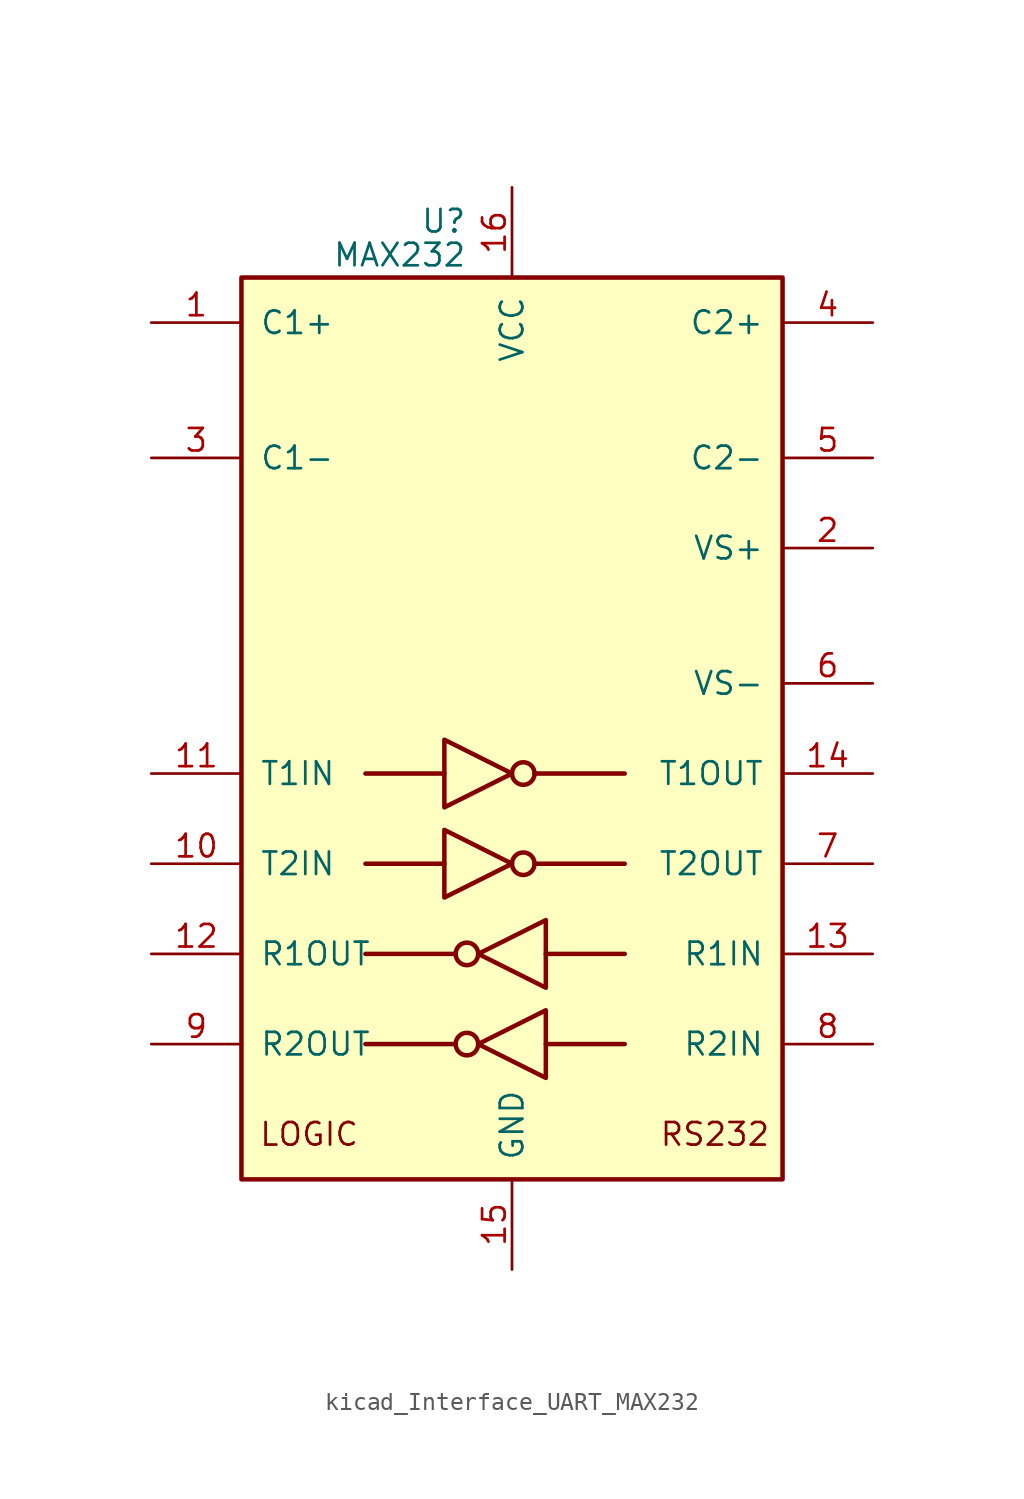
<source format=kicad_sym>
(kicad_symbol_lib
  (version 20220914)
  (generator kicad_symbol_editor)
  (symbol "kicad_Interface_UART_MAX232"
    (pin_names
      (offset 1.016))
    (property "Reference" "U"
      (at -2.54 28.575 0)
      (effects (font (size 1.27 1.27)) (justify right)))
    (property "Value" "MAX232"
      (at -2.54 26.67 0)
      (effects (font (size 1.27 1.27)) (justify right)))
    (symbol "kicad_Interface_UART_MAX232_0_0"
      (text "LOGIC" (at -11.43 -22.86 0) (effects (font (size 1.27 1.27))))
      (text "RS232" (at 11.43 -22.86 0) (effects (font (size 1.27 1.27)))))
    (symbol "kicad_Interface_UART_MAX232_0_1"
      (rectangle (start -15.24 -25.4) (end 15.24 25.4) (stroke (width 0.254) (type default)) (fill (type background)))
      (circle (center -2.54 -17.78) (radius 0.635) (stroke (width 0.254) (type default)) (fill (type none)))
      (circle (center -2.54 -12.7) (radius 0.635) (stroke (width 0.254) (type default)) (fill (type none)))
      (polyline (pts (xy -3.81 -7.62) (xy -8.255 -7.62)) (stroke (width 0.254) (type default)) (fill (type none)))
      (polyline (pts (xy -3.81 -2.54) (xy -8.255 -2.54)) (stroke (width 0.254) (type default)) (fill (type none)))
      (polyline (pts (xy -3.175 -17.78) (xy -8.255 -17.78)) (stroke (width 0.254) (type default)) (fill (type none)))
      (polyline (pts (xy -3.175 -12.7) (xy -8.255 -12.7)) (stroke (width 0.254) (type default)) (fill (type none)))
      (polyline (pts (xy 1.27 -7.62) (xy 6.35 -7.62)) (stroke (width 0.254) (type default)) (fill (type none)))
      (polyline (pts (xy 1.27 -2.54) (xy 6.35 -2.54)) (stroke (width 0.254) (type default)) (fill (type none)))
      (polyline (pts (xy 1.905 -17.78) (xy 6.35 -17.78)) (stroke (width 0.254) (type default)) (fill (type none)))
      (polyline (pts (xy 1.905 -12.7) (xy 6.35 -12.7)) (stroke (width 0.254) (type default)) (fill (type none)))
      (polyline (pts (xy -3.81 -5.715) (xy -3.81 -9.525) (xy 0 -7.62) (xy -3.81 -5.715)) (stroke (width 0.254) (type default)) (fill (type none)))
      (polyline (pts (xy -3.81 -0.635) (xy -3.81 -4.445) (xy 0 -2.54) (xy -3.81 -0.635)) (stroke (width 0.254) (type default)) (fill (type none)))
      (polyline (pts (xy 1.905 -15.875) (xy 1.905 -19.685) (xy -1.905 -17.78) (xy 1.905 -15.875)) (stroke (width 0.254) (type default)) (fill (type none)))
      (polyline (pts (xy 1.905 -10.795) (xy 1.905 -14.605) (xy -1.905 -12.7) (xy 1.905 -10.795)) (stroke (width 0.254) (type default)) (fill (type none)))
      (circle (center 0.635 -7.62) (radius 0.635) (stroke (width 0.254) (type default)) (fill (type none)))
      (circle (center 0.635 -2.54) (radius 0.635) (stroke (width 0.254) (type default)) (fill (type none))))
    (symbol "kicad_Interface_UART_MAX232_1_1"
      (pin passive line (at -20.32 22.86 0) (length 5.08) (name "C1+" (effects (font (size 1.27 1.27)))) (number "1" (effects (font (size 1.27 1.27)))))
      (pin input line (at -20.32 -7.62 0) (length 5.08) (name "T2IN" (effects (font (size 1.27 1.27)))) (number "10" (effects (font (size 1.27 1.27)))))
      (pin input line (at -20.32 -2.54 0) (length 5.08) (name "T1IN" (effects (font (size 1.27 1.27)))) (number "11" (effects (font (size 1.27 1.27)))))
      (pin output line (at -20.32 -12.7 0) (length 5.08) (name "R1OUT" (effects (font (size 1.27 1.27)))) (number "12" (effects (font (size 1.27 1.27)))))
      (pin input line (at 20.32 -12.7 180) (length 5.08) (name "R1IN" (effects (font (size 1.27 1.27)))) (number "13" (effects (font (size 1.27 1.27)))))
      (pin output line (at 20.32 -2.54 180) (length 5.08) (name "T1OUT" (effects (font (size 1.27 1.27)))) (number "14" (effects (font (size 1.27 1.27)))))
      (pin power_in line (at 0 -30.48 90) (length 5.08) (name "GND" (effects (font (size 1.27 1.27)))) (number "15" (effects (font (size 1.27 1.27)))))
      (pin power_in line (at 0 30.48 270) (length 5.08) (name "VCC" (effects (font (size 1.27 1.27)))) (number "16" (effects (font (size 1.27 1.27)))))
      (pin power_out line (at 20.32 10.16 180) (length 5.08) (name "VS+" (effects (font (size 1.27 1.27)))) (number "2" (effects (font (size 1.27 1.27)))))
      (pin passive line (at -20.32 15.24 0) (length 5.08) (name "C1-" (effects (font (size 1.27 1.27)))) (number "3" (effects (font (size 1.27 1.27)))))
      (pin passive line (at 20.32 22.86 180) (length 5.08) (name "C2+" (effects (font (size 1.27 1.27)))) (number "4" (effects (font (size 1.27 1.27)))))
      (pin passive line (at 20.32 15.24 180) (length 5.08) (name "C2-" (effects (font (size 1.27 1.27)))) (number "5" (effects (font (size 1.27 1.27)))))
      (pin power_out line (at 20.32 2.54 180) (length 5.08) (name "VS-" (effects (font (size 1.27 1.27)))) (number "6" (effects (font (size 1.27 1.27)))))
      (pin output line (at 20.32 -7.62 180) (length 5.08) (name "T2OUT" (effects (font (size 1.27 1.27)))) (number "7" (effects (font (size 1.27 1.27)))))
      (pin input line (at 20.32 -17.78 180) (length 5.08) (name "R2IN" (effects (font (size 1.27 1.27)))) (number "8" (effects (font (size 1.27 1.27)))))
      (pin output line (at -20.32 -17.78 0) (length 5.08) (name "R2OUT" (effects (font (size 1.27 1.27)))) (number "9" (effects (font (size 1.27 1.27))))))))
</source>
